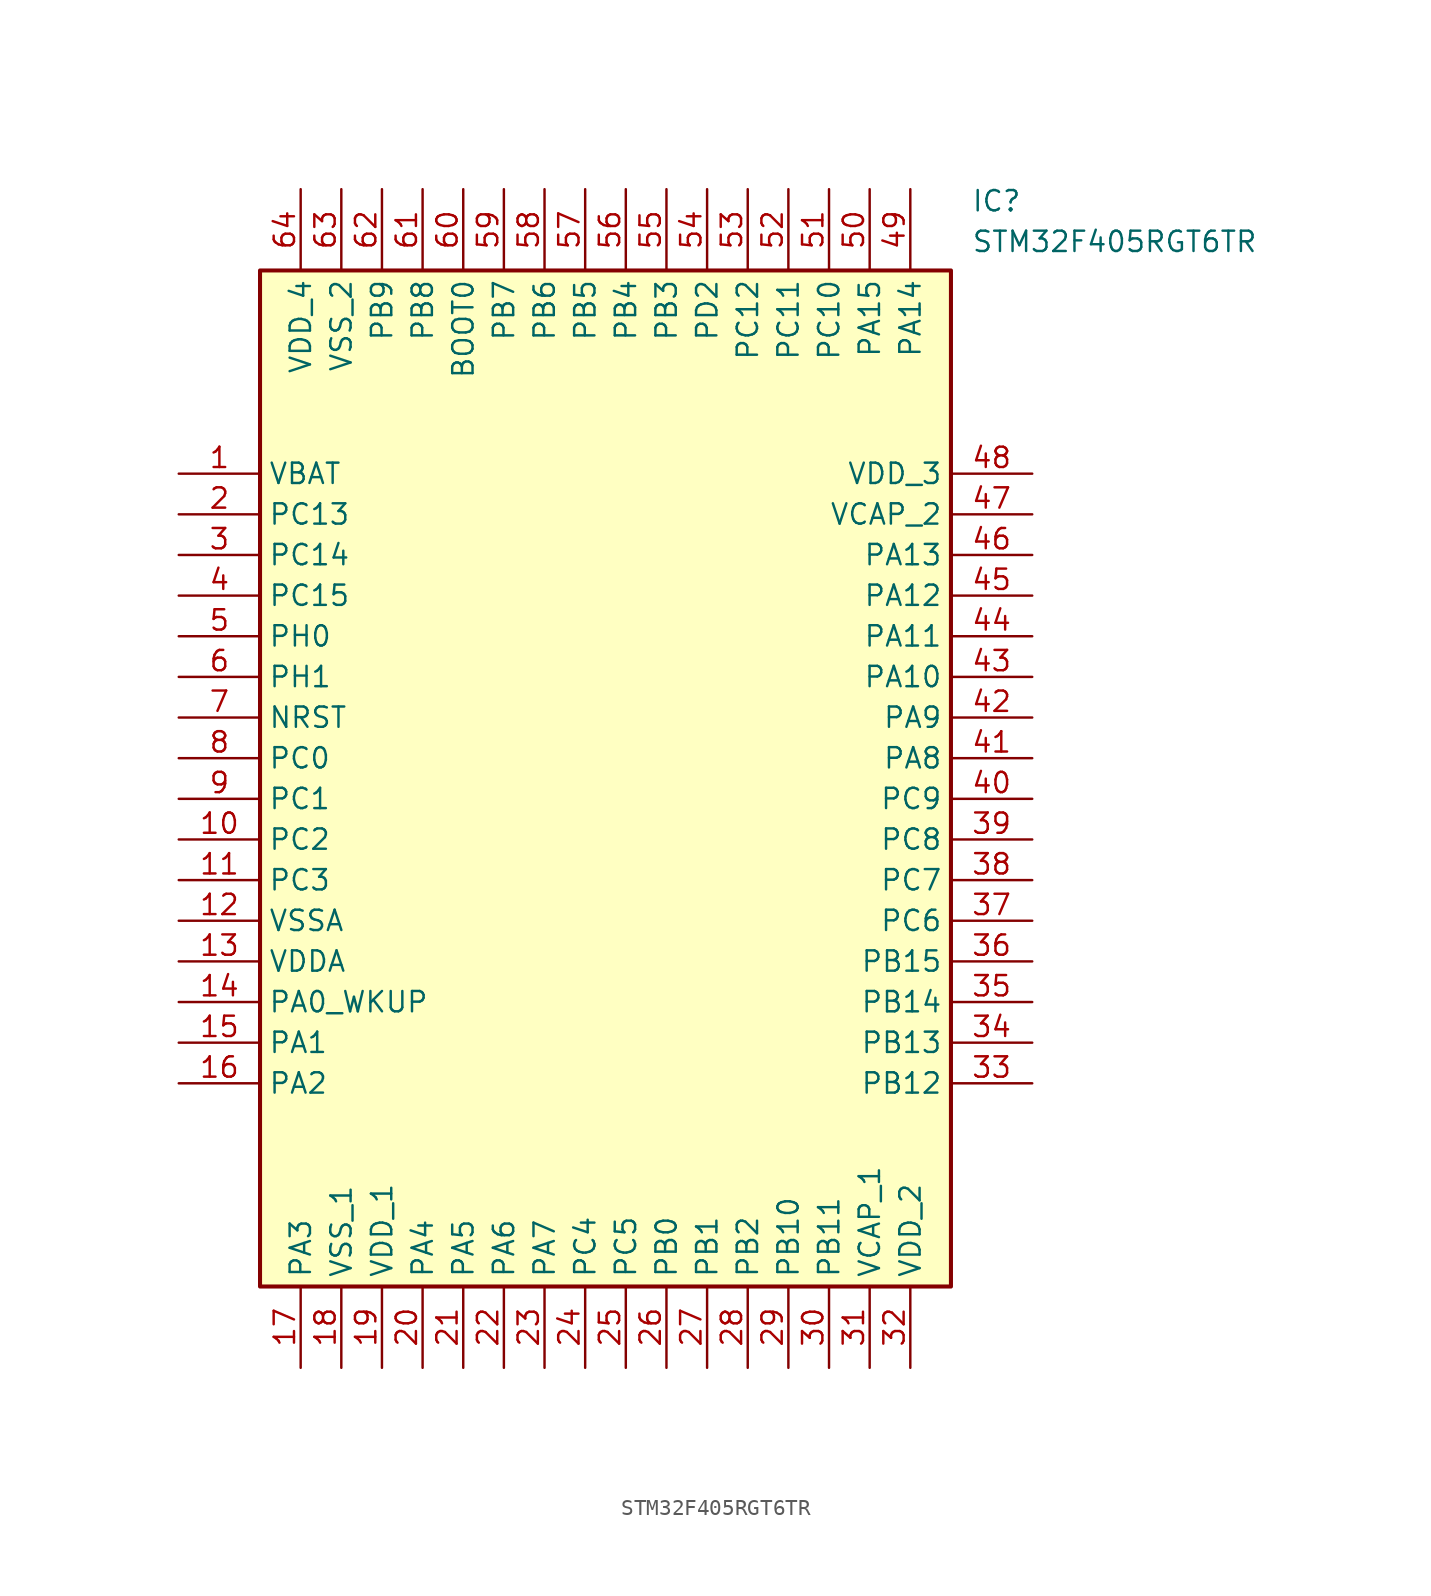
<source format=kicad_sym>
(kicad_symbol_lib
  (version 20211014)
  (generator SamacSys_ECAD_Model)
  (symbol "STM32F405RGT6TR"
    (property "Reference" "IC"
      (at 49.53 17.78 0)
      (effects (font (size 1.27 1.27)) (justify left top)))
    (property "Value" "STM32F405RGT6TR"
      (at 49.53 15.24 0)
      (effects (font (size 1.27 1.27)) (justify left top)))
    (rectangle
      (start 5.08 12.7)
      (end 48.26 -50.8)
      (stroke (width 0.254) (type default))
      (fill (type background)))
    (pin passive line
      (at 0 0 0)
      (length 5.08)
      (name "VBAT" (effects (font (size 1.27 1.27))))
      (number "1" (effects (font (size 1.27 1.27)))))
    (pin passive line
      (at 0 -2.54 0)
      (length 5.08)
      (name "PC13" (effects (font (size 1.27 1.27))))
      (number "2" (effects (font (size 1.27 1.27)))))
    (pin passive line
      (at 0 -5.08 0)
      (length 5.08)
      (name "PC14" (effects (font (size 1.27 1.27))))
      (number "3" (effects (font (size 1.27 1.27)))))
    (pin passive line
      (at 0 -7.62 0)
      (length 5.08)
      (name "PC15" (effects (font (size 1.27 1.27))))
      (number "4" (effects (font (size 1.27 1.27)))))
    (pin passive line
      (at 0 -10.16 0)
      (length 5.08)
      (name "PH0" (effects (font (size 1.27 1.27))))
      (number "5" (effects (font (size 1.27 1.27)))))
    (pin passive line
      (at 0 -12.7 0)
      (length 5.08)
      (name "PH1" (effects (font (size 1.27 1.27))))
      (number "6" (effects (font (size 1.27 1.27)))))
    (pin passive line
      (at 0 -15.24 0)
      (length 5.08)
      (name "NRST" (effects (font (size 1.27 1.27))))
      (number "7" (effects (font (size 1.27 1.27)))))
    (pin passive line
      (at 0 -17.78 0)
      (length 5.08)
      (name "PC0" (effects (font (size 1.27 1.27))))
      (number "8" (effects (font (size 1.27 1.27)))))
    (pin passive line
      (at 0 -20.32 0)
      (length 5.08)
      (name "PC1" (effects (font (size 1.27 1.27))))
      (number "9" (effects (font (size 1.27 1.27)))))
    (pin passive line
      (at 0 -22.86 0)
      (length 5.08)
      (name "PC2" (effects (font (size 1.27 1.27))))
      (number "10" (effects (font (size 1.27 1.27)))))
    (pin passive line
      (at 0 -25.4 0)
      (length 5.08)
      (name "PC3" (effects (font (size 1.27 1.27))))
      (number "11" (effects (font (size 1.27 1.27)))))
    (pin passive line
      (at 0 -27.94 0)
      (length 5.08)
      (name "VSSA" (effects (font (size 1.27 1.27))))
      (number "12" (effects (font (size 1.27 1.27)))))
    (pin passive line
      (at 0 -30.48 0)
      (length 5.08)
      (name "VDDA" (effects (font (size 1.27 1.27))))
      (number "13" (effects (font (size 1.27 1.27)))))
    (pin passive line
      (at 0 -33.02 0)
      (length 5.08)
      (name "PA0_WKUP" (effects (font (size 1.27 1.27))))
      (number "14" (effects (font (size 1.27 1.27)))))
    (pin passive line
      (at 0 -35.56 0)
      (length 5.08)
      (name "PA1" (effects (font (size 1.27 1.27))))
      (number "15" (effects (font (size 1.27 1.27)))))
    (pin passive line
      (at 0 -38.1 0)
      (length 5.08)
      (name "PA2" (effects (font (size 1.27 1.27))))
      (number "16" (effects (font (size 1.27 1.27)))))
    (pin passive line
      (at 7.62 -55.88 90)
      (length 5.08)
      (name "PA3" (effects (font (size 1.27 1.27))))
      (number "17" (effects (font (size 1.27 1.27)))))
    (pin passive line
      (at 10.16 -55.88 90)
      (length 5.08)
      (name "VSS_1" (effects (font (size 1.27 1.27))))
      (number "18" (effects (font (size 1.27 1.27)))))
    (pin passive line
      (at 12.7 -55.88 90)
      (length 5.08)
      (name "VDD_1" (effects (font (size 1.27 1.27))))
      (number "19" (effects (font (size 1.27 1.27)))))
    (pin passive line
      (at 15.24 -55.88 90)
      (length 5.08)
      (name "PA4" (effects (font (size 1.27 1.27))))
      (number "20" (effects (font (size 1.27 1.27)))))
    (pin passive line
      (at 17.78 -55.88 90)
      (length 5.08)
      (name "PA5" (effects (font (size 1.27 1.27))))
      (number "21" (effects (font (size 1.27 1.27)))))
    (pin passive line
      (at 20.32 -55.88 90)
      (length 5.08)
      (name "PA6" (effects (font (size 1.27 1.27))))
      (number "22" (effects (font (size 1.27 1.27)))))
    (pin passive line
      (at 22.86 -55.88 90)
      (length 5.08)
      (name "PA7" (effects (font (size 1.27 1.27))))
      (number "23" (effects (font (size 1.27 1.27)))))
    (pin passive line
      (at 25.4 -55.88 90)
      (length 5.08)
      (name "PC4" (effects (font (size 1.27 1.27))))
      (number "24" (effects (font (size 1.27 1.27)))))
    (pin passive line
      (at 27.94 -55.88 90)
      (length 5.08)
      (name "PC5" (effects (font (size 1.27 1.27))))
      (number "25" (effects (font (size 1.27 1.27)))))
    (pin passive line
      (at 30.48 -55.88 90)
      (length 5.08)
      (name "PB0" (effects (font (size 1.27 1.27))))
      (number "26" (effects (font (size 1.27 1.27)))))
    (pin passive line
      (at 33.02 -55.88 90)
      (length 5.08)
      (name "PB1" (effects (font (size 1.27 1.27))))
      (number "27" (effects (font (size 1.27 1.27)))))
    (pin passive line
      (at 35.56 -55.88 90)
      (length 5.08)
      (name "PB2" (effects (font (size 1.27 1.27))))
      (number "28" (effects (font (size 1.27 1.27)))))
    (pin passive line
      (at 38.1 -55.88 90)
      (length 5.08)
      (name "PB10" (effects (font (size 1.27 1.27))))
      (number "29" (effects (font (size 1.27 1.27)))))
    (pin passive line
      (at 40.64 -55.88 90)
      (length 5.08)
      (name "PB11" (effects (font (size 1.27 1.27))))
      (number "30" (effects (font (size 1.27 1.27)))))
    (pin passive line
      (at 43.18 -55.88 90)
      (length 5.08)
      (name "VCAP_1" (effects (font (size 1.27 1.27))))
      (number "31" (effects (font (size 1.27 1.27)))))
    (pin passive line
      (at 45.72 -55.88 90)
      (length 5.08)
      (name "VDD_2" (effects (font (size 1.27 1.27))))
      (number "32" (effects (font (size 1.27 1.27)))))
    (pin passive line
      (at 53.34 0 180)
      (length 5.08)
      (name "VDD_3" (effects (font (size 1.27 1.27))))
      (number "48" (effects (font (size 1.27 1.27)))))
    (pin passive line
      (at 53.34 -2.54 180)
      (length 5.08)
      (name "VCAP_2" (effects (font (size 1.27 1.27))))
      (number "47" (effects (font (size 1.27 1.27)))))
    (pin passive line
      (at 53.34 -5.08 180)
      (length 5.08)
      (name "PA13" (effects (font (size 1.27 1.27))))
      (number "46" (effects (font (size 1.27 1.27)))))
    (pin passive line
      (at 53.34 -7.62 180)
      (length 5.08)
      (name "PA12" (effects (font (size 1.27 1.27))))
      (number "45" (effects (font (size 1.27 1.27)))))
    (pin passive line
      (at 53.34 -10.16 180)
      (length 5.08)
      (name "PA11" (effects (font (size 1.27 1.27))))
      (number "44" (effects (font (size 1.27 1.27)))))
    (pin passive line
      (at 53.34 -12.7 180)
      (length 5.08)
      (name "PA10" (effects (font (size 1.27 1.27))))
      (number "43" (effects (font (size 1.27 1.27)))))
    (pin passive line
      (at 53.34 -15.24 180)
      (length 5.08)
      (name "PA9" (effects (font (size 1.27 1.27))))
      (number "42" (effects (font (size 1.27 1.27)))))
    (pin passive line
      (at 53.34 -17.78 180)
      (length 5.08)
      (name "PA8" (effects (font (size 1.27 1.27))))
      (number "41" (effects (font (size 1.27 1.27)))))
    (pin passive line
      (at 53.34 -20.32 180)
      (length 5.08)
      (name "PC9" (effects (font (size 1.27 1.27))))
      (number "40" (effects (font (size 1.27 1.27)))))
    (pin passive line
      (at 53.34 -22.86 180)
      (length 5.08)
      (name "PC8" (effects (font (size 1.27 1.27))))
      (number "39" (effects (font (size 1.27 1.27)))))
    (pin passive line
      (at 53.34 -25.4 180)
      (length 5.08)
      (name "PC7" (effects (font (size 1.27 1.27))))
      (number "38" (effects (font (size 1.27 1.27)))))
    (pin passive line
      (at 53.34 -27.94 180)
      (length 5.08)
      (name "PC6" (effects (font (size 1.27 1.27))))
      (number "37" (effects (font (size 1.27 1.27)))))
    (pin passive line
      (at 53.34 -30.48 180)
      (length 5.08)
      (name "PB15" (effects (font (size 1.27 1.27))))
      (number "36" (effects (font (size 1.27 1.27)))))
    (pin passive line
      (at 53.34 -33.02 180)
      (length 5.08)
      (name "PB14" (effects (font (size 1.27 1.27))))
      (number "35" (effects (font (size 1.27 1.27)))))
    (pin passive line
      (at 53.34 -35.56 180)
      (length 5.08)
      (name "PB13" (effects (font (size 1.27 1.27))))
      (number "34" (effects (font (size 1.27 1.27)))))
    (pin passive line
      (at 53.34 -38.1 180)
      (length 5.08)
      (name "PB12" (effects (font (size 1.27 1.27))))
      (number "33" (effects (font (size 1.27 1.27)))))
    (pin passive line
      (at 7.62 17.78 270)
      (length 5.08)
      (name "VDD_4" (effects (font (size 1.27 1.27))))
      (number "64" (effects (font (size 1.27 1.27)))))
    (pin passive line
      (at 10.16 17.78 270)
      (length 5.08)
      (name "VSS_2" (effects (font (size 1.27 1.27))))
      (number "63" (effects (font (size 1.27 1.27)))))
    (pin passive line
      (at 12.7 17.78 270)
      (length 5.08)
      (name "PB9" (effects (font (size 1.27 1.27))))
      (number "62" (effects (font (size 1.27 1.27)))))
    (pin passive line
      (at 15.24 17.78 270)
      (length 5.08)
      (name "PB8" (effects (font (size 1.27 1.27))))
      (number "61" (effects (font (size 1.27 1.27)))))
    (pin passive line
      (at 17.78 17.78 270)
      (length 5.08)
      (name "BOOT0" (effects (font (size 1.27 1.27))))
      (number "60" (effects (font (size 1.27 1.27)))))
    (pin passive line
      (at 20.32 17.78 270)
      (length 5.08)
      (name "PB7" (effects (font (size 1.27 1.27))))
      (number "59" (effects (font (size 1.27 1.27)))))
    (pin passive line
      (at 22.86 17.78 270)
      (length 5.08)
      (name "PB6" (effects (font (size 1.27 1.27))))
      (number "58" (effects (font (size 1.27 1.27)))))
    (pin passive line
      (at 25.4 17.78 270)
      (length 5.08)
      (name "PB5" (effects (font (size 1.27 1.27))))
      (number "57" (effects (font (size 1.27 1.27)))))
    (pin passive line
      (at 27.94 17.78 270)
      (length 5.08)
      (name "PB4" (effects (font (size 1.27 1.27))))
      (number "56" (effects (font (size 1.27 1.27)))))
    (pin passive line
      (at 30.48 17.78 270)
      (length 5.08)
      (name "PB3" (effects (font (size 1.27 1.27))))
      (number "55" (effects (font (size 1.27 1.27)))))
    (pin passive line
      (at 33.02 17.78 270)
      (length 5.08)
      (name "PD2" (effects (font (size 1.27 1.27))))
      (number "54" (effects (font (size 1.27 1.27)))))
    (pin passive line
      (at 35.56 17.78 270)
      (length 5.08)
      (name "PC12" (effects (font (size 1.27 1.27))))
      (number "53" (effects (font (size 1.27 1.27)))))
    (pin passive line
      (at 38.1 17.78 270)
      (length 5.08)
      (name "PC11" (effects (font (size 1.27 1.27))))
      (number "52" (effects (font (size 1.27 1.27)))))
    (pin passive line
      (at 40.64 17.78 270)
      (length 5.08)
      (name "PC10" (effects (font (size 1.27 1.27))))
      (number "51" (effects (font (size 1.27 1.27)))))
    (pin passive line
      (at 43.18 17.78 270)
      (length 5.08)
      (name "PA15" (effects (font (size 1.27 1.27))))
      (number "50" (effects (font (size 1.27 1.27)))))
    (pin passive line
      (at 45.72 17.78 270)
      (length 5.08)
      (name "PA14" (effects (font (size 1.27 1.27))))
      (number "49" (effects (font (size 1.27 1.27)))))))
</source>
